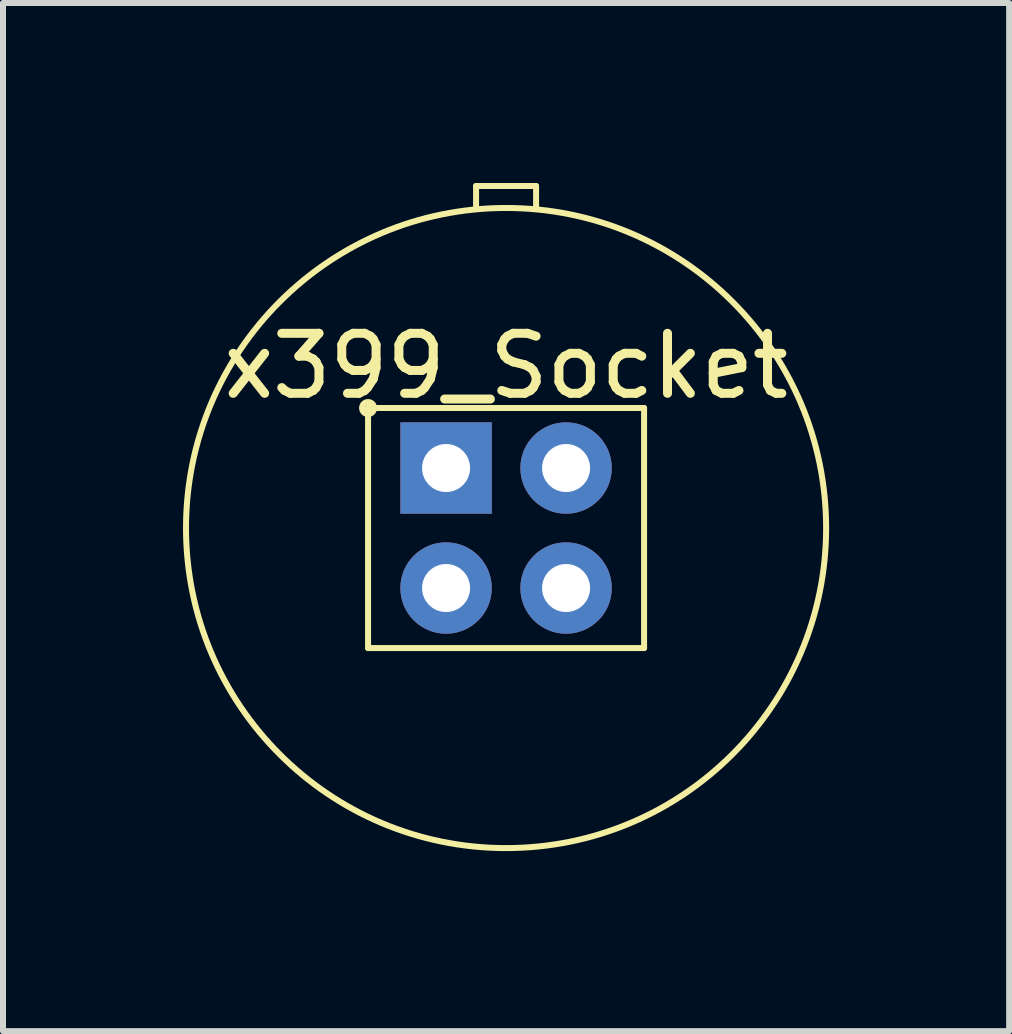
<source format=kicad_pcb>
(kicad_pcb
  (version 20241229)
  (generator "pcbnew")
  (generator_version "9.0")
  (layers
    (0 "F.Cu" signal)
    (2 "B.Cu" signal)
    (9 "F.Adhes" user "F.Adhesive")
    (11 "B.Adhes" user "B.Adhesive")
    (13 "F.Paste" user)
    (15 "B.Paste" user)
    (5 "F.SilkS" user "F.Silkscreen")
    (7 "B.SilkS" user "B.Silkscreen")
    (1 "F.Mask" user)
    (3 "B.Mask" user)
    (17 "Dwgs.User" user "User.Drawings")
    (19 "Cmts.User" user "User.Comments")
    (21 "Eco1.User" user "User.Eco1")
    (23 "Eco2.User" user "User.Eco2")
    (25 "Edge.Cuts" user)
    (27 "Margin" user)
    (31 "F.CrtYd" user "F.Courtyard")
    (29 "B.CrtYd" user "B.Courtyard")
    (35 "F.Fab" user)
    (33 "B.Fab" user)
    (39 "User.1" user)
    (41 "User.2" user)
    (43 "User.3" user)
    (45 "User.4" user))
  (footprint "x399_Socket"
    (layer "F.Cu")
    (at 5.384 5.75)
    (property "Reference" "x399_Socket" (at 0 -2.7 0) (unlocked yes) (layer "F.SilkS") (effects (font (size 1 1) (thickness 0.15))))
    (attr through_hole)
    (fp_line (start -2.3 -2) (end 2.3 -2) (stroke (width 0.1) (type default)) (layer "F.SilkS"))
    (fp_line (start -2.3 2) (end -2.3 -2) (stroke (width 0.1) (type default)) (layer "F.SilkS"))
    (fp_line (start -0.5 -5.7) (end 0.5 -5.7) (stroke (width 0.1) (type default)) (layer "F.SilkS"))
    (fp_line (start -0.5 -5.325) (end -0.5 -5.7) (stroke (width 0.1) (type default)) (layer "F.SilkS"))
    (fp_line (start 0.5 -5.7) (end 0.5 -5.325) (stroke (width 0.1) (type default)) (layer "F.SilkS"))
    (fp_line (start 2.3 -2) (end 2.3 2) (stroke (width 0.1) (type default)) (layer "F.SilkS"))
    (fp_line (start 2.3 2) (end -2.3 2) (stroke (width 0.1) (type default)) (layer "F.SilkS"))
    (fp_circle (center -2.3 -2) (end -2.3 -1.9) (stroke (width 0.1) (type default)) (fill no) (layer "F.SilkS"))
    (fp_circle (center 0 0) (end 5.334 0) (stroke (width 0.1) (type default)) (fill no) (layer "F.SilkS"))
    (pad "1" thru_hole rect (at -1 -1) (size 1.524 1.524) (drill 0.8) (layers "*.Cu" "*.Mask"))
    (pad "2" thru_hole circle (at -1 1) (size 1.524 1.524) (drill 0.8) (layers "*.Cu" "*.Mask"))
    (pad "3" thru_hole circle (at 1 1) (size 1.524 1.524) (drill 0.8) (layers "*.Cu" "*.Mask"))
    (pad "4" thru_hole circle (at 1 -1) (size 1.524 1.524) (drill 0.8) (layers "*.Cu" "*.Mask")))
  (gr_rect
    (start -3 -3)
    (end 13.768 14.134)
    (stroke (width 0.1) (type default))
    (fill no)
    (layer "Edge.Cuts")))
</source>
